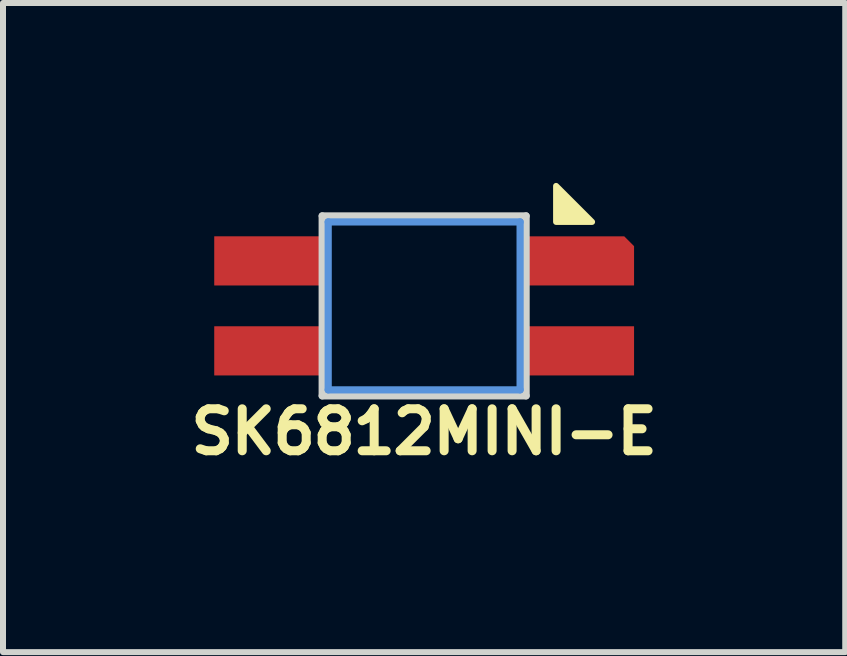
<source format=kicad_pcb>
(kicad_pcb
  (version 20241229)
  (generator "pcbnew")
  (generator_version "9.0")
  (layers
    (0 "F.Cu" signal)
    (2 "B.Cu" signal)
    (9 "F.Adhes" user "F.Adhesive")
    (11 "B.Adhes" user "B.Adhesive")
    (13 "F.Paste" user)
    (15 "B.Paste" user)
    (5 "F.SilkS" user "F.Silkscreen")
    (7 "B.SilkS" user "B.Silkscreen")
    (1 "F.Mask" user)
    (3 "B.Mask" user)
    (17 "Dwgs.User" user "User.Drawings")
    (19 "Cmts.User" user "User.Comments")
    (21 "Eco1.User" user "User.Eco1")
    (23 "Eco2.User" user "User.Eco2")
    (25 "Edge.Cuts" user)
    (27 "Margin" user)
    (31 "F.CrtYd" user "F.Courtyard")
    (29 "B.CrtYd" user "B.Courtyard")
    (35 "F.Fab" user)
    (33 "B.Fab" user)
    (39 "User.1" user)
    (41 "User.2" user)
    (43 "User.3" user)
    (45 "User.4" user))
  (footprint "SK6812MINI-E"
    (layer "F.Cu")
    (at 4.022 2.05)
    (property "Reference" "SK6812MINI-E" (at 0 2.1 0) (unlocked yes) (layer "F.SilkS") (effects (font (size 0.7 0.7) (thickness 0.15))))
    (attr through_hole)
    (fp_poly (pts (xy 2.8 -1.4) (xy 2.2 -1.4) (xy 2.2 -2)) (stroke (width 0.1) (type solid)) (fill yes) (layer "F.SilkS"))
    (fp_line (start -1.6 -1.4) (end 1.6 -1.4) (stroke (width 0.12) (type solid)) (layer "Cmts.User"))
    (fp_line (start -1.6 1.4) (end -1.6 -1.4) (stroke (width 0.12) (type solid)) (layer "Cmts.User"))
    (fp_line (start 1.6 -1.4) (end 1.6 1.4) (stroke (width 0.12) (type solid)) (layer "Cmts.User"))
    (fp_line (start 1.6 1.4) (end -1.6 1.4) (stroke (width 0.12) (type solid)) (layer "Cmts.User"))
    (fp_line (start -1.7 -1.5) (end 1.7 -1.5) (stroke (width 0.12) (type solid)) (layer "Edge.Cuts"))
    (fp_line (start -1.7 1.5) (end -1.7 -1.5) (stroke (width 0.12) (type solid)) (layer "Edge.Cuts"))
    (fp_line (start 1.7 -1.5) (end 1.7 1.5) (stroke (width 0.12) (type solid)) (layer "Edge.Cuts"))
    (fp_line (start 1.7 1.5) (end -1.7 1.5) (stroke (width 0.12) (type solid)) (layer "Edge.Cuts"))
    (pad "1" smd rect (at -2.6 -0.75) (size 1.8 0.82) (layers "F.Cu" "F.Mask" "F.Paste"))
    (pad "2" smd roundrect (at 2.6 -0.75) (size 1.8 0.82) (layers "F.Cu" "F.Mask" "F.Paste") (roundrect_rratio 0) (chamfer_ratio 0.2) (chamfer top_right))
    (pad "3" smd rect (at 2.6 0.75) (size 1.8 0.82) (layers "F.Cu" "F.Mask" "F.Paste"))
    (pad "4" smd rect (at -2.6 0.75) (size 1.8 0.82) (layers "F.Cu" "F.Mask" "F.Paste")))
  (gr_rect
    (start -3 -3)
    (end 11.043 7.823)
    (stroke (width 0.1) (type default))
    (fill no)
    (layer "Edge.Cuts")))
</source>
